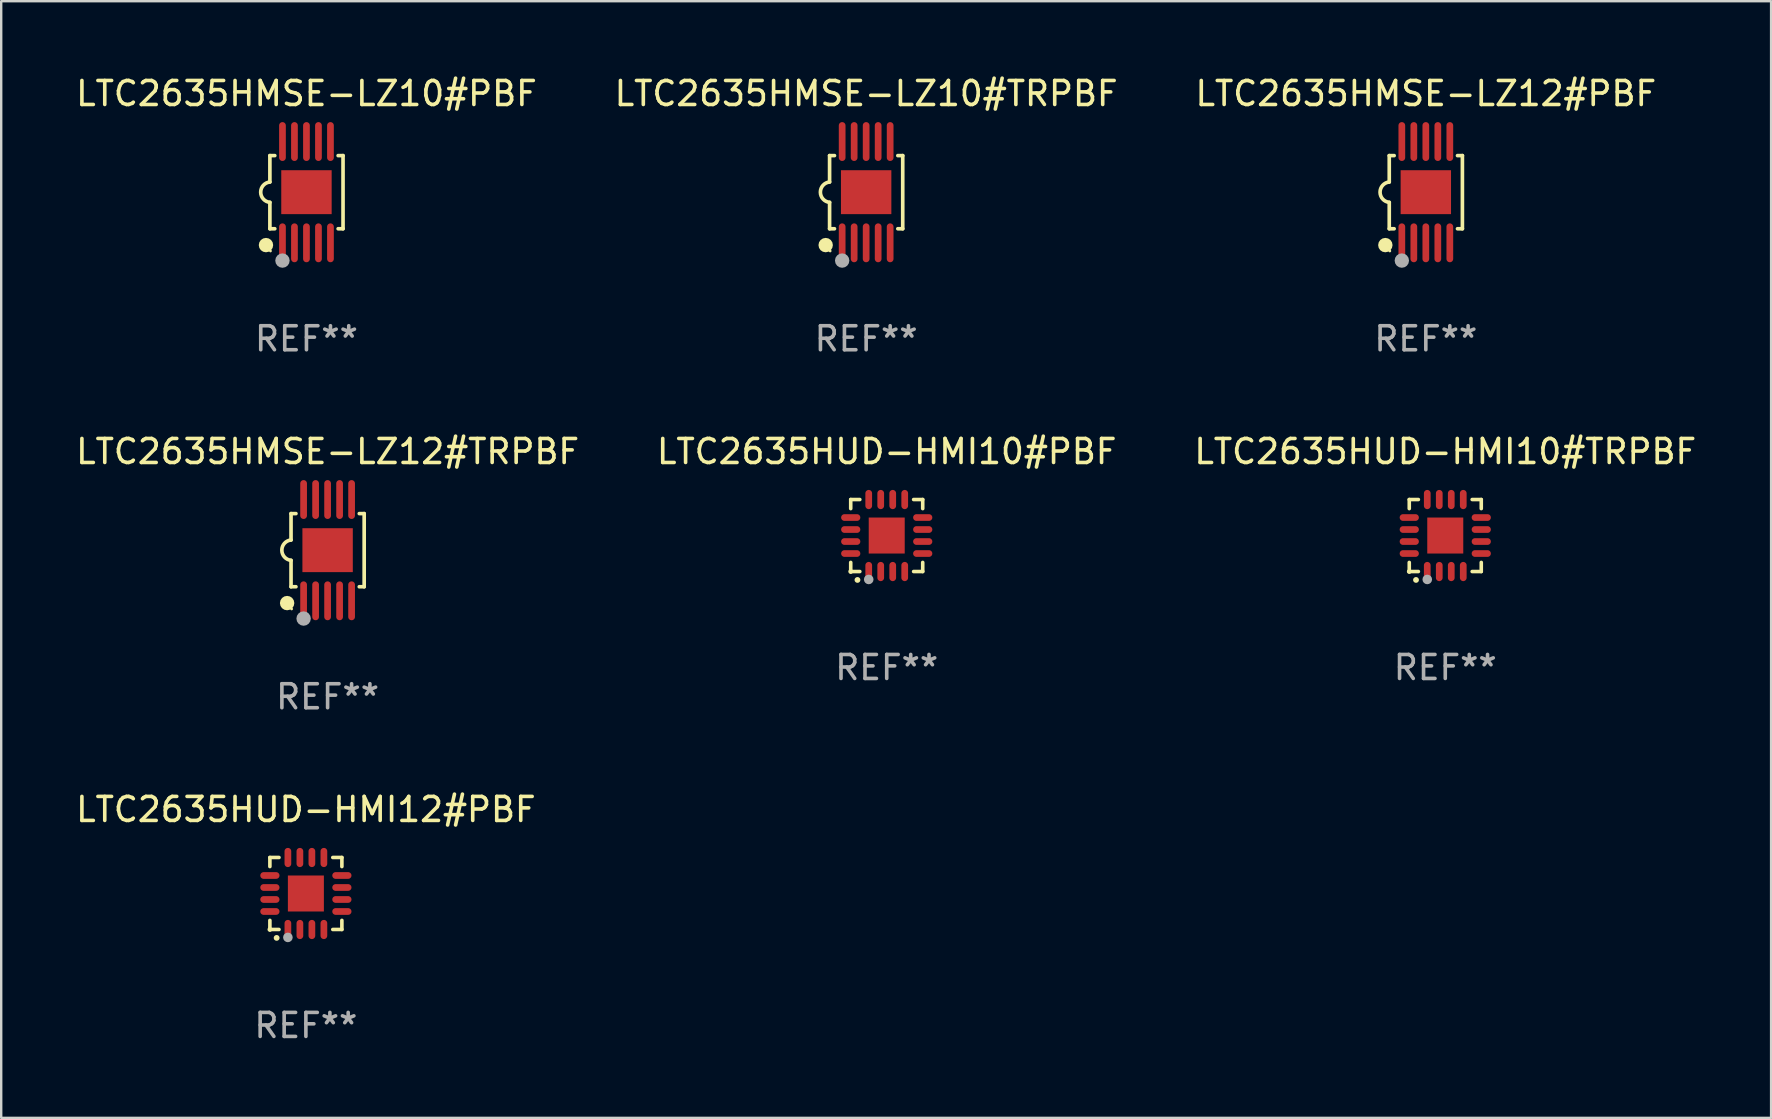
<source format=kicad_pcb>
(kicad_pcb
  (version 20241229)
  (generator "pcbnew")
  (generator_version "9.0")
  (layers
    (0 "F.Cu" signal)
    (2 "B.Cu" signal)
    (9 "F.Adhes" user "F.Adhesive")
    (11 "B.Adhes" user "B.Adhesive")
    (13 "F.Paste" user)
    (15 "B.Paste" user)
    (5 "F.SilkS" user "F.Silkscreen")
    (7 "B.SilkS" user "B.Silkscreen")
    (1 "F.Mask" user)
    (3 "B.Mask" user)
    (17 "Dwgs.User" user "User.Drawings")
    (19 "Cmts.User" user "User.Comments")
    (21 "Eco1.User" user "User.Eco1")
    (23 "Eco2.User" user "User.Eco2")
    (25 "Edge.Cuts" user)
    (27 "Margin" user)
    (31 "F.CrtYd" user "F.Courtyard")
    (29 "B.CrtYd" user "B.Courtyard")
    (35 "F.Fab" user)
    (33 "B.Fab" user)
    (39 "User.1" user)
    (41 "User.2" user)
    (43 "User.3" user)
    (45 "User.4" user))
  (footprint "LTC2635HUD-HMI12#PBF"
    (layer "F.Cu")
    (at 9.696 34.181)
    (property "Reference" "LTC2635HUD-HMI12#PBF" (at 0 -3.5 0) (layer "F.SilkS") (effects (font (size 1 1) (thickness 0.15))))
    (attr through_hole)
    (fp_line (start -1.5 -1.5) (end -1.121 -1.5) (stroke (width 0.15) (type solid)) (layer "F.SilkS"))
    (fp_line (start -1.5 -1.122) (end -1.5 -1.5) (stroke (width 0.15) (type solid)) (layer "F.SilkS"))
    (fp_line (start -1.5 1.5) (end -1.5 1.121) (stroke (width 0.15) (type solid)) (layer "F.SilkS"))
    (fp_line (start -1.121 1.5) (end -1.5 1.5) (stroke (width 0.15) (type solid)) (layer "F.SilkS"))
    (fp_line (start 1.121 -1.5) (end 1.5 -1.5) (stroke (width 0.15) (type solid)) (layer "F.SilkS"))
    (fp_line (start 1.5 -1.5) (end 1.5 -1.122) (stroke (width 0.15) (type solid)) (layer "F.SilkS"))
    (fp_line (start 1.5 1.121) (end 1.5 1.5) (stroke (width 0.15) (type solid)) (layer "F.SilkS"))
    (fp_line (start 1.5 1.5) (end 1.121 1.5) (stroke (width 0.15) (type solid)) (layer "F.SilkS"))
    (fp_arc (start -1.219926 1.850254) (mid -1.21891 1.85025) (end -1.217894 1.850254) (stroke (width 0.240005) (type solid)) (layer "F.SilkS"))
    (fp_circle (center -1.5 1.5) (end -1.45 1.5) (stroke (width 0.1) (type solid)) (fill no) (layer "F.SilkS"))
    (fp_circle (center -0.75 1.83) (end -0.65 1.83) (stroke (width 0.2) (type solid)) (fill no) (layer "F.Fab"))
    (fp_text user "REF**" (at 0 5.5 0) (layer "F.Fab") (effects (font (size 1 1) (thickness 0.15))))
    (pad "1" smd oval (at -0.75 1.5) (size 0.28 0.8) (layers "F.Cu" "F.Mask" "F.Paste"))
    (pad "2" smd oval (at -0.25 1.5) (size 0.28 0.8) (layers "F.Cu" "F.Mask" "F.Paste"))
    (pad "3" smd oval (at 0.25 1.5) (size 0.28 0.8) (layers "F.Cu" "F.Mask" "F.Paste"))
    (pad "4" smd oval (at 0.75 1.5) (size 0.28 0.8) (layers "F.Cu" "F.Mask" "F.Paste"))
    (pad "5" smd oval (at 1.5 0.75) (size 0.8 0.28) (layers "F.Cu" "F.Mask" "F.Paste"))
    (pad "6" smd oval (at 1.5 0.25) (size 0.8 0.28) (layers "F.Cu" "F.Mask" "F.Paste"))
    (pad "7" smd oval (at 1.5 -0.25) (size 0.8 0.28) (layers "F.Cu" "F.Mask" "F.Paste"))
    (pad "8" smd oval (at 1.5 -0.75) (size 0.8 0.28) (layers "F.Cu" "F.Mask" "F.Paste"))
    (pad "9" smd oval (at 0.75 -1.5) (size 0.28 0.8) (layers "F.Cu" "F.Mask" "F.Paste"))
    (pad "10" smd oval (at 0.25 -1.5) (size 0.28 0.8) (layers "F.Cu" "F.Mask" "F.Paste"))
    (pad "11" smd oval (at -0.25 -1.5) (size 0.28 0.8) (layers "F.Cu" "F.Mask" "F.Paste"))
    (pad "12" smd oval (at -0.75 -1.5) (size 0.28 0.8) (layers "F.Cu" "F.Mask" "F.Paste"))
    (pad "13" smd oval (at -1.5 -0.75) (size 0.8 0.28) (layers "F.Cu" "F.Mask" "F.Paste"))
    (pad "14" smd oval (at -1.5 -0.25) (size 0.8 0.28) (layers "F.Cu" "F.Mask" "F.Paste"))
    (pad "15" smd oval (at -1.5 0.25) (size 0.8 0.28) (layers "F.Cu" "F.Mask" "F.Paste"))
    (pad "16" smd oval (at -1.5 0.75) (size 0.8 0.28) (layers "F.Cu" "F.Mask" "F.Paste"))
    (pad "17" smd rect (at -0.000064 0.000165) (size 1.5 1.5) (layers "F.Cu" "F.Mask" "F.Paste")))
  (footprint "LTC2635HUD-HMI10#TRPBF"
    (layer "F.Cu")
    (at 57.173 19.265)
    (property "Reference" "LTC2635HUD-HMI10#TRPBF" (at 0 -3.5 0) (layer "F.SilkS") (effects (font (size 1 1) (thickness 0.15))))
    (attr through_hole)
    (fp_line (start -1.5 -1.5) (end -1.121 -1.5) (stroke (width 0.15) (type solid)) (layer "F.SilkS"))
    (fp_line (start -1.5 -1.122) (end -1.5 -1.5) (stroke (width 0.15) (type solid)) (layer "F.SilkS"))
    (fp_line (start -1.5 1.5) (end -1.5 1.121) (stroke (width 0.15) (type solid)) (layer "F.SilkS"))
    (fp_line (start -1.121 1.5) (end -1.5 1.5) (stroke (width 0.15) (type solid)) (layer "F.SilkS"))
    (fp_line (start 1.121 -1.5) (end 1.5 -1.5) (stroke (width 0.15) (type solid)) (layer "F.SilkS"))
    (fp_line (start 1.5 -1.5) (end 1.5 -1.122) (stroke (width 0.15) (type solid)) (layer "F.SilkS"))
    (fp_line (start 1.5 1.121) (end 1.5 1.5) (stroke (width 0.15) (type solid)) (layer "F.SilkS"))
    (fp_line (start 1.5 1.5) (end 1.121 1.5) (stroke (width 0.15) (type solid)) (layer "F.SilkS"))
    (fp_arc (start -1.219926 1.850254) (mid -1.21891 1.85025) (end -1.217894 1.850254) (stroke (width 0.240005) (type solid)) (layer "F.SilkS"))
    (fp_circle (center -1.5 1.5) (end -1.45 1.5) (stroke (width 0.1) (type solid)) (fill no) (layer "F.SilkS"))
    (fp_circle (center -0.75 1.83) (end -0.65 1.83) (stroke (width 0.2) (type solid)) (fill no) (layer "F.Fab"))
    (fp_text user "REF**" (at 0 5.5 0) (layer "F.Fab") (effects (font (size 1 1) (thickness 0.15))))
    (pad "1" smd oval (at -0.75 1.5) (size 0.28 0.8) (layers "F.Cu" "F.Mask" "F.Paste"))
    (pad "2" smd oval (at -0.25 1.5) (size 0.28 0.8) (layers "F.Cu" "F.Mask" "F.Paste"))
    (pad "3" smd oval (at 0.25 1.5) (size 0.28 0.8) (layers "F.Cu" "F.Mask" "F.Paste"))
    (pad "4" smd oval (at 0.75 1.5) (size 0.28 0.8) (layers "F.Cu" "F.Mask" "F.Paste"))
    (pad "5" smd oval (at 1.5 0.75) (size 0.8 0.28) (layers "F.Cu" "F.Mask" "F.Paste"))
    (pad "6" smd oval (at 1.5 0.25) (size 0.8 0.28) (layers "F.Cu" "F.Mask" "F.Paste"))
    (pad "7" smd oval (at 1.5 -0.25) (size 0.8 0.28) (layers "F.Cu" "F.Mask" "F.Paste"))
    (pad "8" smd oval (at 1.5 -0.75) (size 0.8 0.28) (layers "F.Cu" "F.Mask" "F.Paste"))
    (pad "9" smd oval (at 0.75 -1.5) (size 0.28 0.8) (layers "F.Cu" "F.Mask" "F.Paste"))
    (pad "10" smd oval (at 0.25 -1.5) (size 0.28 0.8) (layers "F.Cu" "F.Mask" "F.Paste"))
    (pad "11" smd oval (at -0.25 -1.5) (size 0.28 0.8) (layers "F.Cu" "F.Mask" "F.Paste"))
    (pad "12" smd oval (at -0.75 -1.5) (size 0.28 0.8) (layers "F.Cu" "F.Mask" "F.Paste"))
    (pad "13" smd oval (at -1.5 -0.75) (size 0.8 0.28) (layers "F.Cu" "F.Mask" "F.Paste"))
    (pad "14" smd oval (at -1.5 -0.25) (size 0.8 0.28) (layers "F.Cu" "F.Mask" "F.Paste"))
    (pad "15" smd oval (at -1.5 0.25) (size 0.8 0.28) (layers "F.Cu" "F.Mask" "F.Paste"))
    (pad "16" smd oval (at -1.5 0.75) (size 0.8 0.28) (layers "F.Cu" "F.Mask" "F.Paste"))
    (pad "17" smd rect (at -0.000064 0.000165) (size 1.5 1.5) (layers "F.Cu" "F.Mask" "F.Paste")))
  (footprint "LTC2635HMSE-LZ12#TRPBF"
    (layer "F.Cu")
    (at 10.601 19.875)
    (property "Reference" "LTC2635HMSE-LZ12#TRPBF" (at 0 -4.11 0) (layer "F.SilkS") (effects (font (size 1 1) (thickness 0.15))))
    (attr through_hole)
    (fp_line (start -1.524 -1.524) (end -1.524 -0.424) (stroke (width 0.152) (type solid)) (layer "F.SilkS"))
    (fp_line (start -1.524 1.524) (end -1.524 0.424) (stroke (width 0.152) (type solid)) (layer "F.SilkS"))
    (fp_line (start -1.524 1.524) (end -1.32 1.524) (stroke (width 0.152) (type solid)) (layer "F.SilkS"))
    (fp_line (start -1.32 -1.524) (end -1.524 -1.524) (stroke (width 0.152) (type solid)) (layer "F.SilkS"))
    (fp_line (start 1.32 1.524) (end 1.524 1.524) (stroke (width 0.152) (type solid)) (layer "F.SilkS"))
    (fp_line (start 1.524 -1.524) (end 1.32 -1.524) (stroke (width 0.152) (type solid)) (layer "F.SilkS"))
    (fp_line (start 1.524 1.524) (end 1.524 -1.524) (stroke (width 0.152) (type solid)) (layer "F.SilkS"))
    (fp_arc (start -1.524003 0.424003) (mid -1.906663 -0.000089) (end -1.524004 -0.424181) (stroke (width 0.151994) (type solid)) (layer "F.SilkS"))
    (fp_circle (center -1.687 2.205) (end -1.537 2.205) (stroke (width 0.3) (type solid)) (fill no) (layer "F.SilkS"))
    (fp_circle (center -1.5 2.45) (end -1.47 2.45) (stroke (width 0.06) (type solid)) (fill no) (layer "F.SilkS"))
    (fp_circle (center -1 2.85) (end -0.85 2.85) (stroke (width 0.3) (type solid)) (fill no) (layer "F.Fab"))
    (fp_text user "REF**" (at 0 6.11 0) (layer "F.Fab") (effects (font (size 1 1) (thickness 0.15))))
    (pad "1" smd oval (at -1 2.11) (size 0.28 1.62) (layers "F.Cu" "F.Mask" "F.Paste"))
    (pad "2" smd oval (at -0.5 2.11) (size 0.28 1.62) (layers "F.Cu" "F.Mask" "F.Paste"))
    (pad "3" smd oval (at 0 2.11) (size 0.28 1.62) (layers "F.Cu" "F.Mask" "F.Paste"))
    (pad "4" smd oval (at 0.5 2.11) (size 0.28 1.62) (layers "F.Cu" "F.Mask" "F.Paste"))
    (pad "5" smd oval (at 1 2.11) (size 0.28 1.62) (layers "F.Cu" "F.Mask" "F.Paste"))
    (pad "6" smd oval (at 1 -2.11) (size 0.28 1.62) (layers "F.Cu" "F.Mask" "F.Paste"))
    (pad "7" smd oval (at 0.5 -2.11) (size 0.28 1.62) (layers "F.Cu" "F.Mask" "F.Paste"))
    (pad "8" smd oval (at 0 -2.11) (size 0.28 1.62) (layers "F.Cu" "F.Mask" "F.Paste"))
    (pad "9" smd oval (at -0.5 -2.11) (size 0.28 1.62) (layers "F.Cu" "F.Mask" "F.Paste"))
    (pad "10" smd oval (at -1 -2.11) (size 0.28 1.62) (layers "F.Cu" "F.Mask" "F.Paste"))
    (pad "11" smd rect (at 0 0) (size 2.1 1.83) (layers "F.Cu" "F.Mask" "F.Paste")))
  (footprint "LTC2635HMSE-LZ10#TRPBF"
    (layer "F.Cu")
    (at 33.042 4.958)
    (property "Reference" "LTC2635HMSE-LZ10#TRPBF" (at 0 -4.11 0) (layer "F.SilkS") (effects (font (size 1 1) (thickness 0.15))))
    (attr through_hole)
    (fp_line (start -1.524 -1.524) (end -1.524 -0.424) (stroke (width 0.152) (type solid)) (layer "F.SilkS"))
    (fp_line (start -1.524 1.524) (end -1.524 0.424) (stroke (width 0.152) (type solid)) (layer "F.SilkS"))
    (fp_line (start -1.524 1.524) (end -1.32 1.524) (stroke (width 0.152) (type solid)) (layer "F.SilkS"))
    (fp_line (start -1.32 -1.524) (end -1.524 -1.524) (stroke (width 0.152) (type solid)) (layer "F.SilkS"))
    (fp_line (start 1.32 1.524) (end 1.524 1.524) (stroke (width 0.152) (type solid)) (layer "F.SilkS"))
    (fp_line (start 1.524 -1.524) (end 1.32 -1.524) (stroke (width 0.152) (type solid)) (layer "F.SilkS"))
    (fp_line (start 1.524 1.524) (end 1.524 -1.524) (stroke (width 0.152) (type solid)) (layer "F.SilkS"))
    (fp_arc (start -1.524003 0.424003) (mid -1.906663 -0.000089) (end -1.524004 -0.424181) (stroke (width 0.151994) (type solid)) (layer "F.SilkS"))
    (fp_circle (center -1.687 2.205) (end -1.537 2.205) (stroke (width 0.3) (type solid)) (fill no) (layer "F.SilkS"))
    (fp_circle (center -1.5 2.45) (end -1.47 2.45) (stroke (width 0.06) (type solid)) (fill no) (layer "F.SilkS"))
    (fp_circle (center -1 2.85) (end -0.85 2.85) (stroke (width 0.3) (type solid)) (fill no) (layer "F.Fab"))
    (fp_text user "REF**" (at 0 6.11 0) (layer "F.Fab") (effects (font (size 1 1) (thickness 0.15))))
    (pad "1" smd oval (at -1 2.11) (size 0.28 1.62) (layers "F.Cu" "F.Mask" "F.Paste"))
    (pad "2" smd oval (at -0.5 2.11) (size 0.28 1.62) (layers "F.Cu" "F.Mask" "F.Paste"))
    (pad "3" smd oval (at 0 2.11) (size 0.28 1.62) (layers "F.Cu" "F.Mask" "F.Paste"))
    (pad "4" smd oval (at 0.5 2.11) (size 0.28 1.62) (layers "F.Cu" "F.Mask" "F.Paste"))
    (pad "5" smd oval (at 1 2.11) (size 0.28 1.62) (layers "F.Cu" "F.Mask" "F.Paste"))
    (pad "6" smd oval (at 1 -2.11) (size 0.28 1.62) (layers "F.Cu" "F.Mask" "F.Paste"))
    (pad "7" smd oval (at 0.5 -2.11) (size 0.28 1.62) (layers "F.Cu" "F.Mask" "F.Paste"))
    (pad "8" smd oval (at 0 -2.11) (size 0.28 1.62) (layers "F.Cu" "F.Mask" "F.Paste"))
    (pad "9" smd oval (at -0.5 -2.11) (size 0.28 1.62) (layers "F.Cu" "F.Mask" "F.Paste"))
    (pad "10" smd oval (at -1 -2.11) (size 0.28 1.62) (layers "F.Cu" "F.Mask" "F.Paste"))
    (pad "11" smd rect (at 0 0) (size 2.1 1.83) (layers "F.Cu" "F.Mask" "F.Paste")))
  (footprint "LTC2635HMSE-LZ12#PBF"
    (layer "F.Cu")
    (at 56.363 4.958)
    (property "Reference" "LTC2635HMSE-LZ12#PBF" (at 0 -4.11 0) (layer "F.SilkS") (effects (font (size 1 1) (thickness 0.15))))
    (attr through_hole)
    (fp_line (start -1.524 -1.524) (end -1.524 -0.424) (stroke (width 0.152) (type solid)) (layer "F.SilkS"))
    (fp_line (start -1.524 1.524) (end -1.524 0.424) (stroke (width 0.152) (type solid)) (layer "F.SilkS"))
    (fp_line (start -1.524 1.524) (end -1.32 1.524) (stroke (width 0.152) (type solid)) (layer "F.SilkS"))
    (fp_line (start -1.32 -1.524) (end -1.524 -1.524) (stroke (width 0.152) (type solid)) (layer "F.SilkS"))
    (fp_line (start 1.32 1.524) (end 1.524 1.524) (stroke (width 0.152) (type solid)) (layer "F.SilkS"))
    (fp_line (start 1.524 -1.524) (end 1.32 -1.524) (stroke (width 0.152) (type solid)) (layer "F.SilkS"))
    (fp_line (start 1.524 1.524) (end 1.524 -1.524) (stroke (width 0.152) (type solid)) (layer "F.SilkS"))
    (fp_arc (start -1.524003 0.424003) (mid -1.906663 -0.000089) (end -1.524004 -0.424181) (stroke (width 0.151994) (type solid)) (layer "F.SilkS"))
    (fp_circle (center -1.687 2.205) (end -1.537 2.205) (stroke (width 0.3) (type solid)) (fill no) (layer "F.SilkS"))
    (fp_circle (center -1.5 2.45) (end -1.47 2.45) (stroke (width 0.06) (type solid)) (fill no) (layer "F.SilkS"))
    (fp_circle (center -1 2.85) (end -0.85 2.85) (stroke (width 0.3) (type solid)) (fill no) (layer "F.Fab"))
    (fp_text user "REF**" (at 0 6.11 0) (layer "F.Fab") (effects (font (size 1 1) (thickness 0.15))))
    (pad "1" smd oval (at -1 2.11) (size 0.28 1.62) (layers "F.Cu" "F.Mask" "F.Paste"))
    (pad "2" smd oval (at -0.5 2.11) (size 0.28 1.62) (layers "F.Cu" "F.Mask" "F.Paste"))
    (pad "3" smd oval (at 0 2.11) (size 0.28 1.62) (layers "F.Cu" "F.Mask" "F.Paste"))
    (pad "4" smd oval (at 0.5 2.11) (size 0.28 1.62) (layers "F.Cu" "F.Mask" "F.Paste"))
    (pad "5" smd oval (at 1 2.11) (size 0.28 1.62) (layers "F.Cu" "F.Mask" "F.Paste"))
    (pad "6" smd oval (at 1 -2.11) (size 0.28 1.62) (layers "F.Cu" "F.Mask" "F.Paste"))
    (pad "7" smd oval (at 0.5 -2.11) (size 0.28 1.62) (layers "F.Cu" "F.Mask" "F.Paste"))
    (pad "8" smd oval (at 0 -2.11) (size 0.28 1.62) (layers "F.Cu" "F.Mask" "F.Paste"))
    (pad "9" smd oval (at -0.5 -2.11) (size 0.28 1.62) (layers "F.Cu" "F.Mask" "F.Paste"))
    (pad "10" smd oval (at -1 -2.11) (size 0.28 1.62) (layers "F.Cu" "F.Mask" "F.Paste"))
    (pad "11" smd rect (at 0 0) (size 2.1 1.83) (layers "F.Cu" "F.Mask" "F.Paste")))
  (footprint "LTC2635HMSE-LZ10#PBF"
    (layer "F.Cu")
    (at 9.72 4.958)
    (property "Reference" "LTC2635HMSE-LZ10#PBF" (at 0 -4.11 0) (layer "F.SilkS") (effects (font (size 1 1) (thickness 0.15))))
    (attr through_hole)
    (fp_line (start -1.524 -1.524) (end -1.524 -0.424) (stroke (width 0.152) (type solid)) (layer "F.SilkS"))
    (fp_line (start -1.524 1.524) (end -1.524 0.424) (stroke (width 0.152) (type solid)) (layer "F.SilkS"))
    (fp_line (start -1.524 1.524) (end -1.32 1.524) (stroke (width 0.152) (type solid)) (layer "F.SilkS"))
    (fp_line (start -1.32 -1.524) (end -1.524 -1.524) (stroke (width 0.152) (type solid)) (layer "F.SilkS"))
    (fp_line (start 1.32 1.524) (end 1.524 1.524) (stroke (width 0.152) (type solid)) (layer "F.SilkS"))
    (fp_line (start 1.524 -1.524) (end 1.32 -1.524) (stroke (width 0.152) (type solid)) (layer "F.SilkS"))
    (fp_line (start 1.524 1.524) (end 1.524 -1.524) (stroke (width 0.152) (type solid)) (layer "F.SilkS"))
    (fp_arc (start -1.524003 0.424003) (mid -1.906663 -0.000089) (end -1.524004 -0.424181) (stroke (width 0.151994) (type solid)) (layer "F.SilkS"))
    (fp_circle (center -1.687 2.205) (end -1.537 2.205) (stroke (width 0.3) (type solid)) (fill no) (layer "F.SilkS"))
    (fp_circle (center -1.5 2.45) (end -1.47 2.45) (stroke (width 0.06) (type solid)) (fill no) (layer "F.SilkS"))
    (fp_circle (center -1 2.85) (end -0.85 2.85) (stroke (width 0.3) (type solid)) (fill no) (layer "F.Fab"))
    (fp_text user "REF**" (at 0 6.11 0) (layer "F.Fab") (effects (font (size 1 1) (thickness 0.15))))
    (pad "1" smd oval (at -1 2.11) (size 0.28 1.62) (layers "F.Cu" "F.Mask" "F.Paste"))
    (pad "2" smd oval (at -0.5 2.11) (size 0.28 1.62) (layers "F.Cu" "F.Mask" "F.Paste"))
    (pad "3" smd oval (at 0 2.11) (size 0.28 1.62) (layers "F.Cu" "F.Mask" "F.Paste"))
    (pad "4" smd oval (at 0.5 2.11) (size 0.28 1.62) (layers "F.Cu" "F.Mask" "F.Paste"))
    (pad "5" smd oval (at 1 2.11) (size 0.28 1.62) (layers "F.Cu" "F.Mask" "F.Paste"))
    (pad "6" smd oval (at 1 -2.11) (size 0.28 1.62) (layers "F.Cu" "F.Mask" "F.Paste"))
    (pad "7" smd oval (at 0.5 -2.11) (size 0.28 1.62) (layers "F.Cu" "F.Mask" "F.Paste"))
    (pad "8" smd oval (at 0 -2.11) (size 0.28 1.62) (layers "F.Cu" "F.Mask" "F.Paste"))
    (pad "9" smd oval (at -0.5 -2.11) (size 0.28 1.62) (layers "F.Cu" "F.Mask" "F.Paste"))
    (pad "10" smd oval (at -1 -2.11) (size 0.28 1.62) (layers "F.Cu" "F.Mask" "F.Paste"))
    (pad "11" smd rect (at 0 0) (size 2.1 1.83) (layers "F.Cu" "F.Mask" "F.Paste")))
  (footprint "LTC2635HUD-HMI10#PBF"
    (layer "F.Cu")
    (at 33.899 19.265)
    (property "Reference" "LTC2635HUD-HMI10#PBF" (at 0 -3.5 0) (layer "F.SilkS") (effects (font (size 1 1) (thickness 0.15))))
    (attr through_hole)
    (fp_line (start -1.5 -1.5) (end -1.121 -1.5) (stroke (width 0.15) (type solid)) (layer "F.SilkS"))
    (fp_line (start -1.5 -1.122) (end -1.5 -1.5) (stroke (width 0.15) (type solid)) (layer "F.SilkS"))
    (fp_line (start -1.5 1.5) (end -1.5 1.121) (stroke (width 0.15) (type solid)) (layer "F.SilkS"))
    (fp_line (start -1.121 1.5) (end -1.5 1.5) (stroke (width 0.15) (type solid)) (layer "F.SilkS"))
    (fp_line (start 1.121 -1.5) (end 1.5 -1.5) (stroke (width 0.15) (type solid)) (layer "F.SilkS"))
    (fp_line (start 1.5 -1.5) (end 1.5 -1.122) (stroke (width 0.15) (type solid)) (layer "F.SilkS"))
    (fp_line (start 1.5 1.121) (end 1.5 1.5) (stroke (width 0.15) (type solid)) (layer "F.SilkS"))
    (fp_line (start 1.5 1.5) (end 1.121 1.5) (stroke (width 0.15) (type solid)) (layer "F.SilkS"))
    (fp_arc (start -1.219926 1.850254) (mid -1.21891 1.85025) (end -1.217894 1.850254) (stroke (width 0.240005) (type solid)) (layer "F.SilkS"))
    (fp_circle (center -1.5 1.5) (end -1.45 1.5) (stroke (width 0.1) (type solid)) (fill no) (layer "F.SilkS"))
    (fp_circle (center -0.75 1.83) (end -0.65 1.83) (stroke (width 0.2) (type solid)) (fill no) (layer "F.Fab"))
    (fp_text user "REF**" (at 0 5.5 0) (layer "F.Fab") (effects (font (size 1 1) (thickness 0.15))))
    (pad "1" smd oval (at -0.75 1.5) (size 0.28 0.8) (layers "F.Cu" "F.Mask" "F.Paste"))
    (pad "2" smd oval (at -0.25 1.5) (size 0.28 0.8) (layers "F.Cu" "F.Mask" "F.Paste"))
    (pad "3" smd oval (at 0.25 1.5) (size 0.28 0.8) (layers "F.Cu" "F.Mask" "F.Paste"))
    (pad "4" smd oval (at 0.75 1.5) (size 0.28 0.8) (layers "F.Cu" "F.Mask" "F.Paste"))
    (pad "5" smd oval (at 1.5 0.75) (size 0.8 0.28) (layers "F.Cu" "F.Mask" "F.Paste"))
    (pad "6" smd oval (at 1.5 0.25) (size 0.8 0.28) (layers "F.Cu" "F.Mask" "F.Paste"))
    (pad "7" smd oval (at 1.5 -0.25) (size 0.8 0.28) (layers "F.Cu" "F.Mask" "F.Paste"))
    (pad "8" smd oval (at 1.5 -0.75) (size 0.8 0.28) (layers "F.Cu" "F.Mask" "F.Paste"))
    (pad "9" smd oval (at 0.75 -1.5) (size 0.28 0.8) (layers "F.Cu" "F.Mask" "F.Paste"))
    (pad "10" smd oval (at 0.25 -1.5) (size 0.28 0.8) (layers "F.Cu" "F.Mask" "F.Paste"))
    (pad "11" smd oval (at -0.25 -1.5) (size 0.28 0.8) (layers "F.Cu" "F.Mask" "F.Paste"))
    (pad "12" smd oval (at -0.75 -1.5) (size 0.28 0.8) (layers "F.Cu" "F.Mask" "F.Paste"))
    (pad "13" smd oval (at -1.5 -0.75) (size 0.8 0.28) (layers "F.Cu" "F.Mask" "F.Paste"))
    (pad "14" smd oval (at -1.5 -0.25) (size 0.8 0.28) (layers "F.Cu" "F.Mask" "F.Paste"))
    (pad "15" smd oval (at -1.5 0.25) (size 0.8 0.28) (layers "F.Cu" "F.Mask" "F.Paste"))
    (pad "16" smd oval (at -1.5 0.75) (size 0.8 0.28) (layers "F.Cu" "F.Mask" "F.Paste"))
    (pad "17" smd rect (at -0.000064 0.000165) (size 1.5 1.5) (layers "F.Cu" "F.Mask" "F.Paste")))
  (gr_rect
    (start -3 -3)
    (end 70.75 43.53)
    (stroke (width 0.1) (type default))
    (fill no)
    (layer "Edge.Cuts")))
</source>
